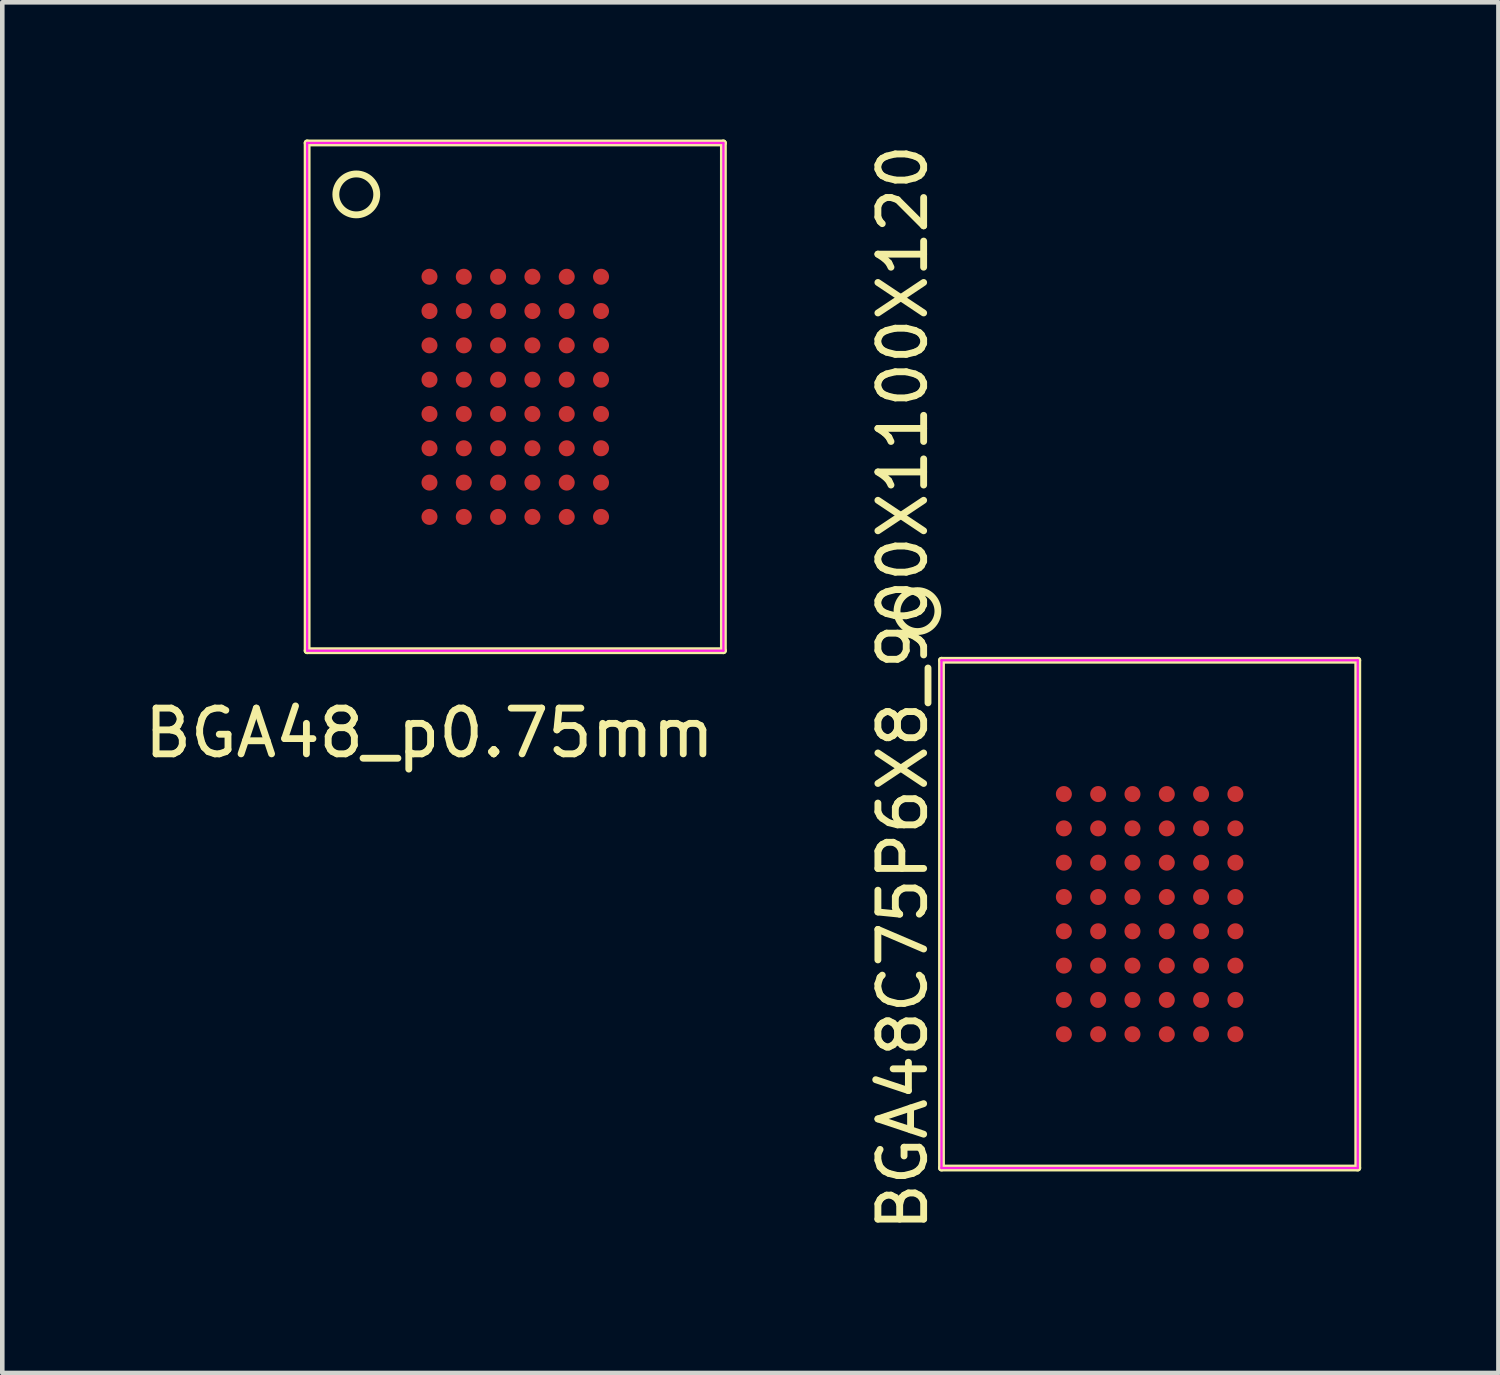
<source format=kicad_pcb>
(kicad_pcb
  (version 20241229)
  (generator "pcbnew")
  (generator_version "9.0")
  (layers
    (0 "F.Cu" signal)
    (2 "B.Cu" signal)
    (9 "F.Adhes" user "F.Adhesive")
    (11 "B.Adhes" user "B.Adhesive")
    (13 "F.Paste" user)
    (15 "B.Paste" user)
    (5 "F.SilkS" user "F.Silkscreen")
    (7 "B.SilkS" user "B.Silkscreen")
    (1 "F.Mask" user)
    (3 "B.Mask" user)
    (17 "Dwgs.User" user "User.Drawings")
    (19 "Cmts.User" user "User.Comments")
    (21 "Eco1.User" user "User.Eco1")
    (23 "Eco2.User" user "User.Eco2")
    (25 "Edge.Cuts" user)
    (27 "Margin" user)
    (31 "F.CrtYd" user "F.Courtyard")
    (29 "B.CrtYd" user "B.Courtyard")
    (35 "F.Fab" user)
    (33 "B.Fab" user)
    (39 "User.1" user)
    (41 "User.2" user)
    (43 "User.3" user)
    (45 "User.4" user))
  (footprint "BGA48_p0.75mm"
    (layer "F.Cu")
    (at 8.214 5.625)
    (property "Reference" "BGA48_p0.75mm" (at -1.875 7.35 0) (layer "F.SilkS") (effects (font (size 1 1) (thickness 0.15))))
    (attr smd)
    (fp_line (start -4.55 -5.55) (end -4.55 5.55) (stroke (width 0.15) (type solid)) (layer "F.SilkS"))
    (fp_line (start -4.55 -5.55) (end 4.55 -5.55) (stroke (width 0.15) (type solid)) (layer "F.SilkS"))
    (fp_line (start -4.55 5.55) (end 4.55 5.55) (stroke (width 0.15) (type solid)) (layer "F.SilkS"))
    (fp_line (start 4.55 -5.55) (end 4.55 5.55) (stroke (width 0.15) (type solid)) (layer "F.SilkS"))
    (fp_circle (center -3.475 -4.425) (end -3.675 -4.825) (stroke (width 0.15) (type solid)) (fill no) (layer "F.SilkS"))
    (fp_line (start -4.55 -5.55) (end 4.55 -5.55) (stroke (width 0.05) (type solid)) (layer "F.CrtYd"))
    (fp_line (start -4.55 5.55) (end -4.55 -5.55) (stroke (width 0.05) (type solid)) (layer "F.CrtYd"))
    (fp_line (start 4.55 -5.55) (end 4.55 5.55) (stroke (width 0.05) (type solid)) (layer "F.CrtYd"))
    (fp_line (start 4.55 5.55) (end -4.55 5.55) (stroke (width 0.05) (type solid)) (layer "F.CrtYd"))
    (pad "A1" smd circle (at -1.875 -2.625) (size 0.35 0.35) (layers "F.Cu" "F.Mask" "F.Paste"))
    (pad "A2" smd circle (at -1.125 -2.625) (size 0.35 0.35) (layers "F.Cu" "F.Mask" "F.Paste"))
    (pad "A3" smd circle (at -0.375 -2.625) (size 0.35 0.35) (layers "F.Cu" "F.Mask" "F.Paste"))
    (pad "A4" smd circle (at 0.375 -2.625) (size 0.35 0.35) (layers "F.Cu" "F.Mask" "F.Paste"))
    (pad "A5" smd circle (at 1.125 -2.625) (size 0.35 0.35) (layers "F.Cu" "F.Mask" "F.Paste"))
    (pad "A6" smd circle (at 1.875 -2.625) (size 0.35 0.35) (layers "F.Cu" "F.Mask" "F.Paste"))
    (pad "B1" smd circle (at -1.875 -1.875) (size 0.35 0.35) (layers "F.Cu" "F.Mask" "F.Paste"))
    (pad "B2" smd circle (at -1.125 -1.875) (size 0.35 0.35) (layers "F.Cu" "F.Mask" "F.Paste"))
    (pad "B3" smd circle (at -0.375 -1.875) (size 0.35 0.35) (layers "F.Cu" "F.Mask" "F.Paste"))
    (pad "B4" smd circle (at 0.375 -1.875) (size 0.35 0.35) (layers "F.Cu" "F.Mask" "F.Paste"))
    (pad "B5" smd circle (at 1.125 -1.875) (size 0.35 0.35) (layers "F.Cu" "F.Mask" "F.Paste"))
    (pad "B6" smd circle (at 1.875 -1.875) (size 0.35 0.35) (layers "F.Cu" "F.Mask" "F.Paste"))
    (pad "C1" smd circle (at -1.875 -1.125) (size 0.35 0.35) (layers "F.Cu" "F.Mask" "F.Paste"))
    (pad "C2" smd circle (at -1.125 -1.125) (size 0.35 0.35) (layers "F.Cu" "F.Mask" "F.Paste"))
    (pad "C3" smd circle (at -0.375 -1.125) (size 0.35 0.35) (layers "F.Cu" "F.Mask" "F.Paste"))
    (pad "C4" smd circle (at 0.375 -1.125) (size 0.35 0.35) (layers "F.Cu" "F.Mask" "F.Paste"))
    (pad "C5" smd circle (at 1.125 -1.125) (size 0.35 0.35) (layers "F.Cu" "F.Mask" "F.Paste"))
    (pad "C6" smd circle (at 1.875 -1.125) (size 0.35 0.35) (layers "F.Cu" "F.Mask" "F.Paste"))
    (pad "D1" smd circle (at -1.875 -0.375) (size 0.35 0.35) (layers "F.Cu" "F.Mask" "F.Paste"))
    (pad "D2" smd circle (at -1.125 -0.375) (size 0.35 0.35) (layers "F.Cu" "F.Mask" "F.Paste"))
    (pad "D3" smd circle (at -0.375 -0.375) (size 0.35 0.35) (layers "F.Cu" "F.Mask" "F.Paste"))
    (pad "D4" smd circle (at 0.375 -0.375) (size 0.35 0.35) (layers "F.Cu" "F.Mask" "F.Paste"))
    (pad "D5" smd circle (at 1.125 -0.375) (size 0.35 0.35) (layers "F.Cu" "F.Mask" "F.Paste"))
    (pad "D6" smd circle (at 1.875 -0.375) (size 0.35 0.35) (layers "F.Cu" "F.Mask" "F.Paste"))
    (pad "E1" smd circle (at -1.875 0.375) (size 0.35 0.35) (layers "F.Cu" "F.Mask" "F.Paste"))
    (pad "E2" smd circle (at -1.125 0.375) (size 0.35 0.35) (layers "F.Cu" "F.Mask" "F.Paste"))
    (pad "E3" smd circle (at -0.375 0.375) (size 0.35 0.35) (layers "F.Cu" "F.Mask" "F.Paste"))
    (pad "E4" smd circle (at 0.375 0.375) (size 0.35 0.35) (layers "F.Cu" "F.Mask" "F.Paste"))
    (pad "E5" smd circle (at 1.125 0.375) (size 0.35 0.35) (layers "F.Cu" "F.Mask" "F.Paste"))
    (pad "E6" smd circle (at 1.875 0.375) (size 0.35 0.35) (layers "F.Cu" "F.Mask" "F.Paste"))
    (pad "F1" smd circle (at -1.875 1.125) (size 0.35 0.35) (layers "F.Cu" "F.Mask" "F.Paste"))
    (pad "F2" smd circle (at -1.125 1.125) (size 0.35 0.35) (layers "F.Cu" "F.Mask" "F.Paste"))
    (pad "F3" smd circle (at -0.375 1.125) (size 0.35 0.35) (layers "F.Cu" "F.Mask" "F.Paste"))
    (pad "F4" smd circle (at 0.375 1.125) (size 0.35 0.35) (layers "F.Cu" "F.Mask" "F.Paste"))
    (pad "F5" smd circle (at 1.125 1.125) (size 0.35 0.35) (layers "F.Cu" "F.Mask" "F.Paste"))
    (pad "F6" smd circle (at 1.875 1.125) (size 0.35 0.35) (layers "F.Cu" "F.Mask" "F.Paste"))
    (pad "G1" smd circle (at -1.875 1.875) (size 0.35 0.35) (layers "F.Cu" "F.Mask" "F.Paste"))
    (pad "G2" smd circle (at -1.125 1.875) (size 0.35 0.35) (layers "F.Cu" "F.Mask" "F.Paste"))
    (pad "G3" smd circle (at -0.375 1.875) (size 0.35 0.35) (layers "F.Cu" "F.Mask" "F.Paste"))
    (pad "G4" smd circle (at 0.375 1.875) (size 0.35 0.35) (layers "F.Cu" "F.Mask" "F.Paste"))
    (pad "G5" smd circle (at 1.125 1.875) (size 0.35 0.35) (layers "F.Cu" "F.Mask" "F.Paste"))
    (pad "G6" smd circle (at 1.875 1.875) (size 0.35 0.35) (layers "F.Cu" "F.Mask" "F.Paste"))
    (pad "H1" smd circle (at -1.875 2.625) (size 0.35 0.35) (layers "F.Cu" "F.Mask" "F.Paste"))
    (pad "H2" smd circle (at -1.125 2.625) (size 0.35 0.35) (layers "F.Cu" "F.Mask" "F.Paste"))
    (pad "H3" smd circle (at -0.375 2.625) (size 0.35 0.35) (layers "F.Cu" "F.Mask" "F.Paste"))
    (pad "H4" smd circle (at 0.375 2.625) (size 0.35 0.35) (layers "F.Cu" "F.Mask" "F.Paste"))
    (pad "H5" smd circle (at 1.125 2.625) (size 0.35 0.35) (layers "F.Cu" "F.Mask" "F.Paste"))
    (pad "H6" smd circle (at 1.875 2.625) (size 0.35 0.35) (layers "F.Cu" "F.Mask" "F.Paste")))
  (footprint "BGA48C75P6X8_900X1100X120"
    (layer "F.Cu")
    (at 22.082 16.934)
    (property "Reference" "BGA48C75P6X8_900X1100X120" (at -5.395 -4.952 90) (layer "F.SilkS") (effects (font (size 1 1) (thickness 0.15))))
    (attr smd)
    (fp_line (start -4.55 -5.55) (end -4.55 5.55) (stroke (width 0.15) (type solid)) (layer "F.SilkS"))
    (fp_line (start -4.55 -5.55) (end 4.55 -5.55) (stroke (width 0.15) (type solid)) (layer "F.SilkS"))
    (fp_line (start -4.55 5.55) (end 4.55 5.55) (stroke (width 0.15) (type solid)) (layer "F.SilkS"))
    (fp_line (start 4.55 -5.55) (end 4.55 5.55) (stroke (width 0.15) (type solid)) (layer "F.SilkS"))
    (fp_circle (center -5.075 -6.625) (end -5.275 -7.025) (stroke (width 0.15) (type solid)) (fill no) (layer "F.SilkS"))
    (fp_line (start -4.55 -5.55) (end 4.55 -5.55) (stroke (width 0.05) (type solid)) (layer "F.CrtYd"))
    (fp_line (start -4.55 5.55) (end -4.55 -5.55) (stroke (width 0.05) (type solid)) (layer "F.CrtYd"))
    (fp_line (start 4.55 -5.55) (end 4.55 5.55) (stroke (width 0.05) (type solid)) (layer "F.CrtYd"))
    (fp_line (start 4.55 5.55) (end -4.55 5.55) (stroke (width 0.05) (type solid)) (layer "F.CrtYd"))
    (pad "A1" smd circle (at -1.875 -2.625) (size 0.35 0.35) (layers "F.Cu" "F.Mask" "F.Paste"))
    (pad "A2" smd circle (at -1.125 -2.625) (size 0.35 0.35) (layers "F.Cu" "F.Mask" "F.Paste"))
    (pad "A3" smd circle (at -0.375 -2.625) (size 0.35 0.35) (layers "F.Cu" "F.Mask" "F.Paste"))
    (pad "A4" smd circle (at 0.375 -2.625) (size 0.35 0.35) (layers "F.Cu" "F.Mask" "F.Paste"))
    (pad "A5" smd circle (at 1.125 -2.625) (size 0.35 0.35) (layers "F.Cu" "F.Mask" "F.Paste"))
    (pad "A6" smd circle (at 1.875 -2.625) (size 0.35 0.35) (layers "F.Cu" "F.Mask" "F.Paste"))
    (pad "B1" smd circle (at -1.875 -1.875) (size 0.35 0.35) (layers "F.Cu" "F.Mask" "F.Paste"))
    (pad "B2" smd circle (at -1.125 -1.875) (size 0.35 0.35) (layers "F.Cu" "F.Mask" "F.Paste"))
    (pad "B3" smd circle (at -0.375 -1.875) (size 0.35 0.35) (layers "F.Cu" "F.Mask" "F.Paste"))
    (pad "B4" smd circle (at 0.375 -1.875) (size 0.35 0.35) (layers "F.Cu" "F.Mask" "F.Paste"))
    (pad "B5" smd circle (at 1.125 -1.875) (size 0.35 0.35) (layers "F.Cu" "F.Mask" "F.Paste"))
    (pad "B6" smd circle (at 1.875 -1.875) (size 0.35 0.35) (layers "F.Cu" "F.Mask" "F.Paste"))
    (pad "C1" smd circle (at -1.875 -1.125) (size 0.35 0.35) (layers "F.Cu" "F.Mask" "F.Paste"))
    (pad "C2" smd circle (at -1.125 -1.125) (size 0.35 0.35) (layers "F.Cu" "F.Mask" "F.Paste"))
    (pad "C3" smd circle (at -0.375 -1.125) (size 0.35 0.35) (layers "F.Cu" "F.Mask" "F.Paste"))
    (pad "C4" smd circle (at 0.375 -1.125) (size 0.35 0.35) (layers "F.Cu" "F.Mask" "F.Paste"))
    (pad "C5" smd circle (at 1.125 -1.125) (size 0.35 0.35) (layers "F.Cu" "F.Mask" "F.Paste"))
    (pad "C6" smd circle (at 1.875 -1.125) (size 0.35 0.35) (layers "F.Cu" "F.Mask" "F.Paste"))
    (pad "D1" smd circle (at -1.875 -0.375) (size 0.35 0.35) (layers "F.Cu" "F.Mask" "F.Paste"))
    (pad "D2" smd circle (at -1.125 -0.375) (size 0.35 0.35) (layers "F.Cu" "F.Mask" "F.Paste"))
    (pad "D3" smd circle (at -0.375 -0.375) (size 0.35 0.35) (layers "F.Cu" "F.Mask" "F.Paste"))
    (pad "D4" smd circle (at 0.375 -0.375) (size 0.35 0.35) (layers "F.Cu" "F.Mask" "F.Paste"))
    (pad "D5" smd circle (at 1.125 -0.375) (size 0.35 0.35) (layers "F.Cu" "F.Mask" "F.Paste"))
    (pad "D6" smd circle (at 1.875 -0.375) (size 0.35 0.35) (layers "F.Cu" "F.Mask" "F.Paste"))
    (pad "E1" smd circle (at -1.875 0.375) (size 0.35 0.35) (layers "F.Cu" "F.Mask" "F.Paste"))
    (pad "E2" smd circle (at -1.125 0.375) (size 0.35 0.35) (layers "F.Cu" "F.Mask" "F.Paste"))
    (pad "E3" smd circle (at -0.375 0.375) (size 0.35 0.35) (layers "F.Cu" "F.Mask" "F.Paste"))
    (pad "E4" smd circle (at 0.375 0.375) (size 0.35 0.35) (layers "F.Cu" "F.Mask" "F.Paste"))
    (pad "E5" smd circle (at 1.125 0.375) (size 0.35 0.35) (layers "F.Cu" "F.Mask" "F.Paste"))
    (pad "E6" smd circle (at 1.875 0.375) (size 0.35 0.35) (layers "F.Cu" "F.Mask" "F.Paste"))
    (pad "F1" smd circle (at -1.875 1.125) (size 0.35 0.35) (layers "F.Cu" "F.Mask" "F.Paste"))
    (pad "F2" smd circle (at -1.125 1.125) (size 0.35 0.35) (layers "F.Cu" "F.Mask" "F.Paste"))
    (pad "F3" smd circle (at -0.375 1.125) (size 0.35 0.35) (layers "F.Cu" "F.Mask" "F.Paste"))
    (pad "F4" smd circle (at 0.375 1.125) (size 0.35 0.35) (layers "F.Cu" "F.Mask" "F.Paste"))
    (pad "F5" smd circle (at 1.125 1.125) (size 0.35 0.35) (layers "F.Cu" "F.Mask" "F.Paste"))
    (pad "F6" smd circle (at 1.875 1.125) (size 0.35 0.35) (layers "F.Cu" "F.Mask" "F.Paste"))
    (pad "G1" smd circle (at -1.875 1.875) (size 0.35 0.35) (layers "F.Cu" "F.Mask" "F.Paste"))
    (pad "G2" smd circle (at -1.125 1.875) (size 0.35 0.35) (layers "F.Cu" "F.Mask" "F.Paste"))
    (pad "G3" smd circle (at -0.375 1.875) (size 0.35 0.35) (layers "F.Cu" "F.Mask" "F.Paste"))
    (pad "G4" smd circle (at 0.375 1.875) (size 0.35 0.35) (layers "F.Cu" "F.Mask" "F.Paste"))
    (pad "G5" smd circle (at 1.125 1.875) (size 0.35 0.35) (layers "F.Cu" "F.Mask" "F.Paste"))
    (pad "G6" smd circle (at 1.875 1.875) (size 0.35 0.35) (layers "F.Cu" "F.Mask" "F.Paste"))
    (pad "H1" smd circle (at -1.875 2.625) (size 0.35 0.35) (layers "F.Cu" "F.Mask" "F.Paste"))
    (pad "H2" smd circle (at -1.125 2.625) (size 0.35 0.35) (layers "F.Cu" "F.Mask" "F.Paste"))
    (pad "H3" smd circle (at -0.375 2.625) (size 0.35 0.35) (layers "F.Cu" "F.Mask" "F.Paste"))
    (pad "H4" smd circle (at 0.375 2.625) (size 0.35 0.35) (layers "F.Cu" "F.Mask" "F.Paste"))
    (pad "H5" smd circle (at 1.125 2.625) (size 0.35 0.35) (layers "F.Cu" "F.Mask" "F.Paste"))
    (pad "H6" smd circle (at 1.875 2.625) (size 0.35 0.35) (layers "F.Cu" "F.Mask" "F.Paste")))
  (gr_rect
    (start -3 -3)
    (end 29.707 26.964)
    (stroke (width 0.1) (type default))
    (fill no)
    (layer "Edge.Cuts")))
</source>
